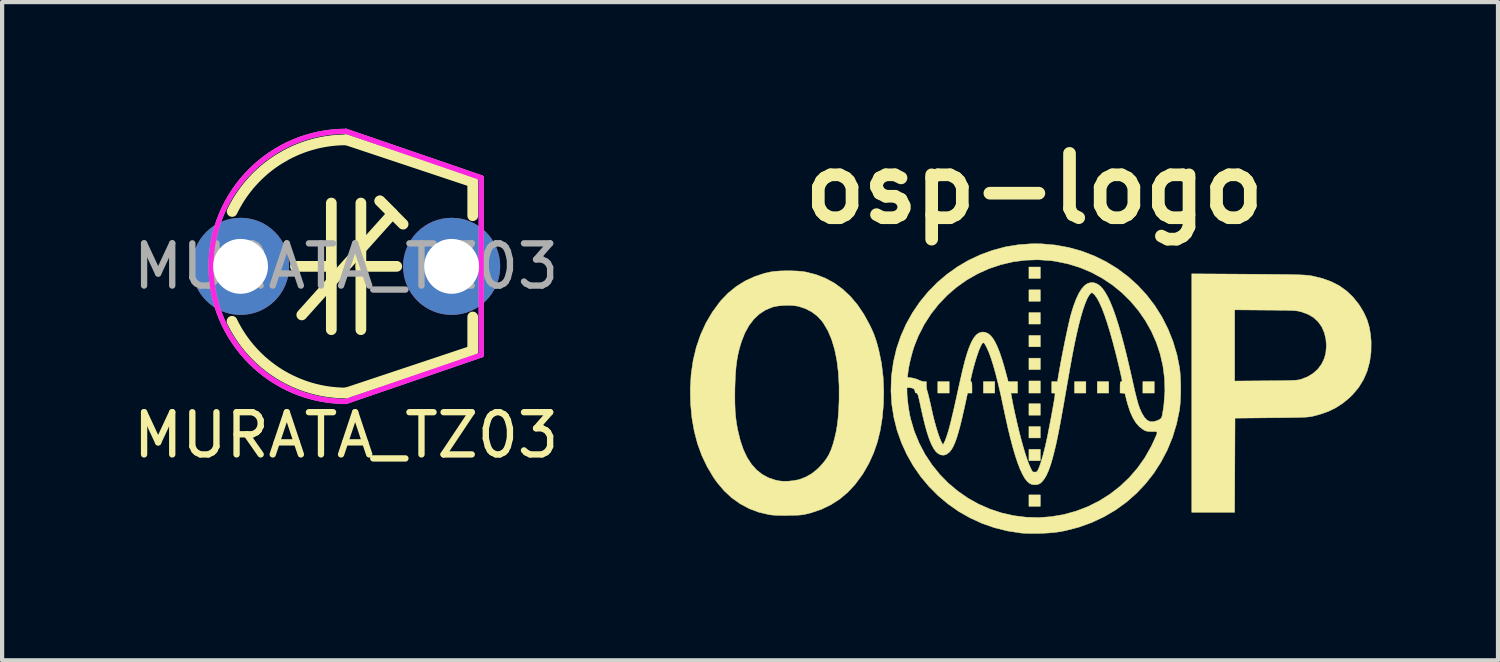
<source format=kicad_pcb>
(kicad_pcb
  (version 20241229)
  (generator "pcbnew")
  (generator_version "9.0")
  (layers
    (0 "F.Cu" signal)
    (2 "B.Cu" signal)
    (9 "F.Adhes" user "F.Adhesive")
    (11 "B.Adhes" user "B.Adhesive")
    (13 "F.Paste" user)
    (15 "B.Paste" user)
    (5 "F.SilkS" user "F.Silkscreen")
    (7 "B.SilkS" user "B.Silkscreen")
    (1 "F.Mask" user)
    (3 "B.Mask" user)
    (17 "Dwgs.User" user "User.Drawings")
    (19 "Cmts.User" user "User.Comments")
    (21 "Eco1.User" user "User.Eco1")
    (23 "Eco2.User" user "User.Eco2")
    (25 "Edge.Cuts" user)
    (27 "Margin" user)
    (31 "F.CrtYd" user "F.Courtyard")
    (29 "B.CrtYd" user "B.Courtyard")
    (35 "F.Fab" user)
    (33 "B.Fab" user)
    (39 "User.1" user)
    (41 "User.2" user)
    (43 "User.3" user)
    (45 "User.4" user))
  (footprint "osp-logo"
    (layer "F.Cu")
    (at 21.452 6.118)
    (property "Reference" "osp-logo" (at 0 -4.7 0) (layer "F.SilkS") (effects (font (size 1.524 1.524) (thickness 0.3))))
    (attr through_hole)
    (fp_poly (pts (xy -2.016 0.143) (xy -2.286 0.143) (xy -2.286 -0.127) (xy -2.016 -0.127) (xy -2.016 0.143)) (stroke (width 0.01) (type solid)) (fill yes) (layer "F.SilkS"))
    (fp_poly (pts (xy -0.937 0.143) (xy -1.206 0.143) (xy -1.206 -0.127) (xy -0.937 -0.127) (xy -0.937 0.143)) (stroke (width 0.01) (type solid)) (fill yes) (layer "F.SilkS"))
    (fp_poly (pts (xy 0.143 -2.572) (xy -0.127 -2.572) (xy -0.127 -2.842) (xy 0.143 -2.842) (xy 0.143 -2.572)) (stroke (width 0.01) (type solid)) (fill yes) (layer "F.SilkS"))
    (fp_poly (pts (xy 0.143 -2.032) (xy -0.127 -2.032) (xy -0.127 -2.302) (xy 0.143 -2.302) (xy 0.143 -2.032)) (stroke (width 0.01) (type solid)) (fill yes) (layer "F.SilkS"))
    (fp_poly (pts (xy 0.143 -1.492) (xy -0.127 -1.492) (xy -0.127 -1.762) (xy 0.143 -1.762) (xy 0.143 -1.492)) (stroke (width 0.01) (type solid)) (fill yes) (layer "F.SilkS"))
    (fp_poly (pts (xy 0.143 -0.953) (xy -0.127 -0.953) (xy -0.127 -1.222) (xy 0.143 -1.222) (xy 0.143 -0.953)) (stroke (width 0.01) (type solid)) (fill yes) (layer "F.SilkS"))
    (fp_poly (pts (xy 0.143 -0.413) (xy -0.127 -0.413) (xy -0.127 -0.683) (xy 0.143 -0.683) (xy 0.143 -0.413)) (stroke (width 0.01) (type solid)) (fill yes) (layer "F.SilkS"))
    (fp_poly (pts (xy 0.143 0.143) (xy -0.127 0.143) (xy -0.127 -0.143) (xy 0.143 -0.143) (xy 0.143 0.143)) (stroke (width 0.01) (type solid)) (fill yes) (layer "F.SilkS"))
    (fp_poly (pts (xy 0.143 0.667) (xy -0.127 0.667) (xy -0.127 0.397) (xy 0.143 0.397) (xy 0.143 0.667)) (stroke (width 0.01) (type solid)) (fill yes) (layer "F.SilkS"))
    (fp_poly (pts (xy 0.143 1.206) (xy -0.127 1.206) (xy -0.127 0.937) (xy 0.143 0.937) (xy 0.143 1.206)) (stroke (width 0.01) (type solid)) (fill yes) (layer "F.SilkS"))
    (fp_poly (pts (xy 0.143 1.746) (xy -0.127 1.746) (xy -0.127 1.476) (xy 0.143 1.476) (xy 0.143 1.746)) (stroke (width 0.01) (type solid)) (fill yes) (layer "F.SilkS"))
    (fp_poly (pts (xy 0.143 2.826) (xy -0.127 2.826) (xy -0.127 2.556) (xy 0.143 2.556) (xy 0.143 2.826)) (stroke (width 0.01) (type solid)) (fill yes) (layer "F.SilkS"))
    (fp_poly (pts (xy 1.222 0.143) (xy 0.953 0.143) (xy 0.953 -0.127) (xy 1.222 -0.127) (xy 1.222 0.143)) (stroke (width 0.01) (type solid)) (fill yes) (layer "F.SilkS"))
    (fp_poly (pts (xy 1.762 0.143) (xy 1.492 0.143) (xy 1.492 -0.127) (xy 1.762 -0.127) (xy 1.762 0.143)) (stroke (width 0.01) (type solid)) (fill yes) (layer "F.SilkS"))
    (fp_poly (pts (xy 2.842 0.143) (xy 2.572 0.143) (xy 2.572 -0.127) (xy 2.842 -0.127) (xy 2.842 0.143)) (stroke (width 0.01) (type solid)) (fill yes) (layer "F.SilkS"))
    (fp_poly (pts (xy 4.901 -2.674) (xy 5.157 -2.672) (xy 5.383 -2.671) (xy 5.582 -2.669) (xy 5.755 -2.667) (xy 5.905 -2.666) (xy 6.034 -2.664) (xy 6.144 -2.661) (xy 6.237 -2.659) (xy 6.315 -2.656) (xy 6.381 -2.653) (xy 6.436 -2.649) (xy 6.483 -2.645) (xy 6.523 -2.64) (xy 6.56 -2.634) (xy 6.594 -2.628) (xy 6.596 -2.628) (xy 6.829 -2.571) (xy 7.037 -2.495) (xy 7.224 -2.399) (xy 7.391 -2.281) (xy 7.541 -2.14) (xy 7.676 -1.974) (xy 7.709 -1.926) (xy 7.808 -1.761) (xy 7.883 -1.596) (xy 7.935 -1.423) (xy 7.967 -1.236) (xy 7.98 -1.07) (xy 7.977 -0.825) (xy 7.945 -0.595) (xy 7.886 -0.378) (xy 7.799 -0.177) (xy 7.685 0.009) (xy 7.543 0.179) (xy 7.468 0.252) (xy 7.31 0.383) (xy 7.144 0.491) (xy 6.966 0.578) (xy 6.769 0.647) (xy 6.652 0.679) (xy 6.615 0.688) (xy 6.581 0.695) (xy 6.548 0.702) (xy 6.511 0.707) (xy 6.469 0.711) (xy 6.418 0.715) (xy 6.355 0.718) (xy 6.277 0.72) (xy 6.181 0.722) (xy 6.065 0.724) (xy 5.925 0.726) (xy 5.759 0.728) (xy 5.62 0.729) (xy 4.755 0.738) (xy 4.746 2.969) (xy 3.731 2.969) (xy 3.731 -0.141) (xy 4.747 -0.141) (xy 5.481 -0.147) (xy 5.657 -0.148) (xy 5.804 -0.15) (xy 5.926 -0.151) (xy 6.024 -0.154) (xy 6.104 -0.156) (xy 6.166 -0.159) (xy 6.215 -0.163) (xy 6.253 -0.168) (xy 6.284 -0.173) (xy 6.31 -0.18) (xy 6.31 -0.18) (xy 6.466 -0.239) (xy 6.603 -0.321) (xy 6.717 -0.423) (xy 6.807 -0.544) (xy 6.872 -0.68) (xy 6.906 -0.812) (xy 6.92 -0.971) (xy 6.908 -1.13) (xy 6.873 -1.28) (xy 6.815 -1.416) (xy 6.805 -1.433) (xy 6.722 -1.549) (xy 6.619 -1.644) (xy 6.494 -1.718) (xy 6.344 -1.775) (xy 6.321 -1.782) (xy 6.29 -1.79) (xy 6.26 -1.797) (xy 6.227 -1.802) (xy 6.187 -1.807) (xy 6.137 -1.811) (xy 6.075 -1.813) (xy 5.997 -1.816) (xy 5.899 -1.818) (xy 5.78 -1.819) (xy 5.634 -1.821) (xy 5.473 -1.822) (xy 4.747 -1.828) (xy 4.747 -0.141) (xy 3.731 -0.141) (xy 3.731 -2.681) (xy 4.901 -2.674)) (stroke (width 0.01) (type solid)) (fill yes) (layer "F.SilkS"))
    (fp_poly (pts (xy -5.747 -2.752) (xy -5.613 -2.747) (xy -5.494 -2.737) (xy -5.42 -2.726) (xy -5.177 -2.665) (xy -4.95 -2.577) (xy -4.737 -2.462) (xy -4.54 -2.318) (xy -4.357 -2.147) (xy -4.189 -1.948) (xy -4.036 -1.721) (xy -3.9 -1.472) (xy -3.842 -1.35) (xy -3.795 -1.239) (xy -3.756 -1.128) (xy -3.719 -1.007) (xy -3.684 -0.873) (xy -3.619 -0.558) (xy -3.58 -0.226) (xy -3.566 0.118) (xy -3.573 0.409) (xy -3.601 0.728) (xy -3.649 1.024) (xy -3.716 1.301) (xy -3.805 1.56) (xy -3.916 1.804) (xy -4.049 2.038) (xy -4.085 2.092) (xy -4.244 2.307) (xy -4.419 2.495) (xy -4.609 2.655) (xy -4.816 2.788) (xy -5.04 2.896) (xy -5.283 2.979) (xy -5.318 2.989) (xy -5.383 3.005) (xy -5.439 3.017) (xy -5.492 3.026) (xy -5.549 3.033) (xy -5.617 3.037) (xy -5.703 3.039) (xy -5.813 3.041) (xy -5.826 3.042) (xy -5.968 3.043) (xy -6.084 3.041) (xy -6.177 3.036) (xy -6.254 3.028) (xy -6.285 3.023) (xy -6.528 2.966) (xy -6.756 2.88) (xy -6.969 2.766) (xy -7.167 2.625) (xy -7.348 2.457) (xy -7.513 2.262) (xy -7.598 2.142) (xy -7.75 1.887) (xy -7.877 1.62) (xy -7.979 1.34) (xy -8.056 1.044) (xy -8.111 0.73) (xy -8.142 0.395) (xy -8.143 0.383) (xy -8.146 0.222) (xy -7.094 0.222) (xy -7.092 0.401) (xy -7.086 0.56) (xy -7.074 0.707) (xy -7.056 0.846) (xy -7.032 0.986) (xy -7.024 1.024) (xy -6.965 1.266) (xy -6.892 1.481) (xy -6.804 1.668) (xy -6.701 1.827) (xy -6.583 1.961) (xy -6.448 2.068) (xy -6.297 2.15) (xy -6.13 2.206) (xy -6.051 2.223) (xy -5.952 2.233) (xy -5.836 2.232) (xy -5.716 2.22) (xy -5.603 2.2) (xy -5.548 2.185) (xy -5.404 2.128) (xy -5.275 2.054) (xy -5.153 1.958) (xy -5.088 1.895) (xy -4.998 1.796) (xy -4.924 1.699) (xy -4.863 1.596) (xy -4.812 1.482) (xy -4.767 1.348) (xy -4.73 1.213) (xy -4.696 1.066) (xy -4.67 0.916) (xy -4.65 0.756) (xy -4.636 0.58) (xy -4.627 0.382) (xy -4.624 0.302) (xy -4.624 -0.035) (xy -4.642 -0.345) (xy -4.677 -0.63) (xy -4.729 -0.888) (xy -4.799 -1.121) (xy -4.886 -1.327) (xy -4.991 -1.506) (xy -5.036 -1.568) (xy -5.144 -1.683) (xy -5.274 -1.781) (xy -5.422 -1.857) (xy -5.583 -1.91) (xy -5.6 -1.914) (xy -5.701 -1.929) (xy -5.819 -1.935) (xy -5.943 -1.932) (xy -6.064 -1.921) (xy -6.169 -1.902) (xy -6.207 -1.891) (xy -6.369 -1.823) (xy -6.515 -1.728) (xy -6.645 -1.605) (xy -6.759 -1.456) (xy -6.856 -1.28) (xy -6.936 -1.078) (xy -6.943 -1.055) (xy -6.985 -0.915) (xy -7.018 -0.777) (xy -7.044 -0.635) (xy -7.064 -0.483) (xy -7.078 -0.316) (xy -7.087 -0.126) (xy -7.092 0.019) (xy -7.094 0.222) (xy -8.146 0.222) (xy -8.149 0.031) (xy -8.129 -0.308) (xy -8.081 -0.632) (xy -8.007 -0.942) (xy -7.906 -1.237) (xy -7.779 -1.515) (xy -7.626 -1.775) (xy -7.447 -2.018) (xy -7.422 -2.049) (xy -7.251 -2.226) (xy -7.059 -2.382) (xy -6.85 -2.512) (xy -6.624 -2.617) (xy -6.386 -2.695) (xy -6.247 -2.726) (xy -6.146 -2.74) (xy -6.022 -2.749) (xy -5.886 -2.753) (xy -5.747 -2.752)) (stroke (width 0.01) (type solid)) (fill yes) (layer "F.SilkS"))
    (fp_poly (pts (xy 0.169 -3.392) (xy 0.5 -3.363) (xy 0.82 -3.304) (xy 1.128 -3.218) (xy 1.424 -3.104) (xy 1.706 -2.965) (xy 1.972 -2.802) (xy 2.221 -2.615) (xy 2.453 -2.407) (xy 2.664 -2.177) (xy 2.855 -1.928) (xy 3.023 -1.661) (xy 3.167 -1.377) (xy 3.287 -1.076) (xy 3.38 -0.762) (xy 3.439 -0.468) (xy 3.453 -0.355) (xy 3.463 -0.219) (xy 3.468 -0.069) (xy 3.469 0.087) (xy 3.465 0.24) (xy 3.457 0.383) (xy 3.445 0.506) (xy 3.439 0.548) (xy 3.37 0.876) (xy 3.274 1.192) (xy 3.151 1.492) (xy 3.002 1.776) (xy 2.83 2.044) (xy 2.635 2.292) (xy 2.419 2.52) (xy 2.182 2.728) (xy 1.926 2.913) (xy 1.652 3.074) (xy 1.362 3.21) (xy 1.057 3.32) (xy 0.738 3.403) (xy 0.595 3.43) (xy 0.484 3.445) (xy 0.35 3.457) (xy 0.204 3.465) (xy 0.054 3.47) (xy -0.09 3.47) (xy -0.22 3.466) (xy -0.31 3.46) (xy -0.631 3.411) (xy -0.942 3.334) (xy -1.239 3.23) (xy -1.523 3.1) (xy -1.792 2.947) (xy -2.044 2.77) (xy -2.279 2.573) (xy -2.495 2.356) (xy -2.691 2.121) (xy -2.865 1.87) (xy -3.017 1.604) (xy -3.145 1.324) (xy -3.249 1.032) (xy -3.325 0.73) (xy -3.375 0.419) (xy -3.395 0.101) (xy -3.393 0.016) (xy -3.016 0.016) (xy -3.016 0.107) (xy -3.013 0.194) (xy -3.003 0.303) (xy -2.989 0.423) (xy -2.971 0.545) (xy -2.951 0.66) (xy -2.93 0.754) (xy -2.842 1.05) (xy -2.727 1.33) (xy -2.588 1.595) (xy -2.424 1.842) (xy -2.24 2.07) (xy -2.035 2.279) (xy -1.812 2.466) (xy -1.573 2.632) (xy -1.319 2.774) (xy -1.052 2.891) (xy -0.774 2.983) (xy -0.486 3.048) (xy -0.19 3.085) (xy 0.112 3.093) (xy 0.397 3.072) (xy 0.699 3.021) (xy 0.992 2.94) (xy 1.273 2.832) (xy 1.541 2.697) (xy 1.795 2.537) (xy 2.031 2.353) (xy 2.249 2.147) (xy 2.445 1.921) (xy 2.619 1.675) (xy 2.768 1.412) (xy 2.827 1.287) (xy 2.866 1.2) (xy 2.893 1.137) (xy 2.907 1.096) (xy 2.907 1.071) (xy 2.892 1.059) (xy 2.863 1.055) (xy 2.818 1.055) (xy 2.79 1.056) (xy 2.72 1.054) (xy 2.67 1.048) (xy 2.63 1.036) (xy 2.588 1.014) (xy 2.586 1.013) (xy 2.493 0.943) (xy 2.409 0.85) (xy 2.336 0.73) (xy 2.27 0.584) (xy 2.213 0.409) (xy 2.19 0.325) (xy 2.146 0.151) (xy 2.089 0.146) (xy 2.032 0.141) (xy 2.032 0.007) (xy 2.033 -0.06) (xy 2.037 -0.101) (xy 2.044 -0.122) (xy 2.056 -0.127) (xy 2.077 -0.14) (xy 2.08 -0.152) (xy 2.076 -0.174) (xy 2.066 -0.222) (xy 2.051 -0.292) (xy 2.032 -0.377) (xy 2.009 -0.475) (xy 1.998 -0.521) (xy 1.929 -0.803) (xy 1.861 -1.064) (xy 1.794 -1.301) (xy 1.729 -1.513) (xy 1.666 -1.701) (xy 1.605 -1.861) (xy 1.546 -1.994) (xy 1.491 -2.097) (xy 1.439 -2.171) (xy 1.421 -2.191) (xy 1.387 -2.222) (xy 1.367 -2.234) (xy 1.35 -2.228) (xy 1.332 -2.213) (xy 1.291 -2.162) (xy 1.247 -2.08) (xy 1.202 -1.97) (xy 1.154 -1.832) (xy 1.105 -1.668) (xy 1.056 -1.479) (xy 1.006 -1.267) (xy 0.956 -1.033) (xy 0.906 -0.779) (xy 0.898 -0.738) (xy 0.882 -0.65) (xy 0.862 -0.537) (xy 0.838 -0.405) (xy 0.813 -0.26) (xy 0.786 -0.107) (xy 0.759 0.047) (xy 0.738 0.167) (xy 0.699 0.391) (xy 0.664 0.588) (xy 0.633 0.76) (xy 0.605 0.912) (xy 0.579 1.047) (xy 0.555 1.167) (xy 0.532 1.278) (xy 0.509 1.382) (xy 0.485 1.482) (xy 0.483 1.492) (xy 0.433 1.687) (xy 0.384 1.853) (xy 0.334 1.99) (xy 0.283 2.102) (xy 0.229 2.189) (xy 0.173 2.255) (xy 0.129 2.29) (xy 0.071 2.312) (xy 0.001 2.317) (xy -0.068 2.304) (xy -0.107 2.286) (xy -0.164 2.24) (xy -0.221 2.169) (xy -0.277 2.072) (xy -0.335 1.95) (xy -0.392 1.802) (xy -0.451 1.625) (xy -0.511 1.421) (xy -0.572 1.188) (xy -0.635 0.925) (xy -0.699 0.631) (xy -0.73 0.487) (xy -0.792 0.195) (xy -0.853 -0.068) (xy -0.912 -0.302) (xy -0.969 -0.507) (xy -1.024 -0.681) (xy -1.077 -0.825) (xy -1.127 -0.935) (xy -1.162 -1.002) (xy -1.189 -1.04) (xy -1.211 -1.05) (xy -1.234 -1.032) (xy -1.26 -0.986) (xy -1.277 -0.95) (xy -1.313 -0.865) (xy -1.352 -0.754) (xy -1.393 -0.625) (xy -1.433 -0.485) (xy -1.471 -0.339) (xy -1.482 -0.29) (xy -1.499 -0.215) (xy -1.508 -0.166) (xy -1.509 -0.139) (xy -1.503 -0.128) (xy -1.498 -0.127) (xy -1.487 -0.12) (xy -1.48 -0.094) (xy -1.477 -0.046) (xy -1.476 0.008) (xy -1.476 0.143) (xy -1.528 0.143) (xy -1.58 0.143) (xy -1.662 0.52) (xy -1.711 0.734) (xy -1.756 0.919) (xy -1.799 1.076) (xy -1.839 1.208) (xy -1.879 1.318) (xy -1.918 1.406) (xy -1.957 1.475) (xy -1.998 1.528) (xy -2.022 1.552) (xy -2.084 1.597) (xy -2.143 1.615) (xy -2.207 1.61) (xy -2.222 1.605) (xy -2.279 1.577) (xy -2.334 1.527) (xy -2.386 1.454) (xy -2.437 1.357) (xy -2.488 1.234) (xy -2.538 1.084) (xy -2.588 0.905) (xy -2.639 0.697) (xy -2.682 0.508) (xy -2.706 0.392) (xy -2.726 0.304) (xy -2.742 0.239) (xy -2.754 0.194) (xy -2.765 0.166) (xy -2.775 0.151) (xy -2.786 0.144) (xy -2.796 0.143) (xy -2.819 0.134) (xy -2.826 0.102) (xy -2.826 0.098) (xy -2.84 0.055) (xy -2.881 0.028) (xy -2.946 0.016) (xy -2.961 0.016) (xy -3.016 0.016) (xy -3.393 0.016) (xy -3.386 -0.223) (xy -3.385 -0.227) (xy -3.004 -0.227) (xy -2.912 -0.218) (xy -2.843 -0.204) (xy -2.771 -0.181) (xy -2.742 -0.168) (xy -2.687 -0.144) (xy -2.634 -0.13) (xy -2.61 -0.127) (xy -2.556 -0.127) (xy -2.556 -0.04) (xy -2.552 0.023) (xy -2.541 0.083) (xy -2.533 0.107) (xy -2.523 0.14) (xy -2.508 0.199) (xy -2.489 0.277) (xy -2.467 0.37) (xy -2.444 0.472) (xy -2.437 0.505) (xy -2.399 0.673) (xy -2.359 0.831) (xy -2.318 0.976) (xy -2.278 1.104) (xy -2.241 1.209) (xy -2.207 1.289) (xy -2.2 1.301) (xy -2.163 1.372) (xy -2.139 1.325) (xy -2.114 1.272) (xy -2.089 1.208) (xy -2.063 1.132) (xy -2.035 1.041) (xy -2.005 0.932) (xy -1.972 0.803) (xy -1.936 0.652) (xy -1.895 0.476) (xy -1.85 0.273) (xy -1.811 0.095) (xy -1.781 -0.04) (xy -1.751 -0.175) (xy -1.721 -0.304) (xy -1.694 -0.422) (xy -1.669 -0.523) (xy -1.649 -0.601) (xy -1.643 -0.624) (xy -1.59 -0.804) (xy -1.537 -0.954) (xy -1.484 -1.075) (xy -1.429 -1.169) (xy -1.372 -1.237) (xy -1.311 -1.28) (xy -1.247 -1.3) (xy -1.219 -1.302) (xy -1.155 -1.293) (xy -1.095 -1.267) (xy -1.038 -1.221) (xy -0.982 -1.155) (xy -0.928 -1.066) (xy -0.874 -0.954) (xy -0.819 -0.816) (xy -0.764 -0.651) (xy -0.706 -0.458) (xy -0.646 -0.235) (xy -0.635 -0.194) (xy -0.618 -0.127) (xy -0.397 -0.127) (xy -0.397 0.143) (xy -0.555 0.143) (xy -0.545 0.194) (xy -0.505 0.408) (xy -0.46 0.622) (xy -0.412 0.834) (xy -0.363 1.04) (xy -0.313 1.235) (xy -0.263 1.416) (xy -0.214 1.58) (xy -0.167 1.722) (xy -0.123 1.838) (xy -0.099 1.893) (xy -0.071 1.953) (xy -0.051 1.989) (xy -0.033 2.008) (xy -0.012 2.015) (xy 0.011 2.016) (xy 0.042 2.014) (xy 0.064 2.002) (xy 0.082 1.975) (xy 0.105 1.927) (xy 0.136 1.846) (xy 0.171 1.736) (xy 0.21 1.601) (xy 0.25 1.444) (xy 0.283 1.302) (xy 0.3 1.227) (xy 0.32 1.13) (xy 0.342 1.016) (xy 0.366 0.892) (xy 0.391 0.762) (xy 0.415 0.633) (xy 0.437 0.511) (xy 0.457 0.401) (xy 0.472 0.309) (xy 0.483 0.24) (xy 0.485 0.225) (xy 0.491 0.177) (xy 0.489 0.153) (xy 0.477 0.144) (xy 0.454 0.143) (xy 0.413 0.143) (xy 0.413 -0.127) (xy 0.548 -0.127) (xy 0.585 -0.345) (xy 0.607 -0.468) (xy 0.632 -0.606) (xy 0.66 -0.756) (xy 0.691 -0.91) (xy 0.722 -1.066) (xy 0.754 -1.217) (xy 0.784 -1.359) (xy 0.812 -1.486) (xy 0.837 -1.594) (xy 0.857 -1.678) (xy 0.863 -1.699) (xy 0.924 -1.902) (xy 0.988 -2.074) (xy 1.053 -2.215) (xy 1.122 -2.325) (xy 1.193 -2.405) (xy 1.267 -2.455) (xy 1.345 -2.475) (xy 1.427 -2.467) (xy 1.483 -2.445) (xy 1.547 -2.404) (xy 1.61 -2.341) (xy 1.672 -2.256) (xy 1.735 -2.148) (xy 1.799 -2.015) (xy 1.863 -1.858) (xy 1.928 -1.675) (xy 1.995 -1.465) (xy 2.064 -1.227) (xy 2.135 -0.961) (xy 2.208 -0.665) (xy 2.284 -0.339) (xy 2.325 -0.158) (xy 2.362 0.008) (xy 2.394 0.146) (xy 2.423 0.26) (xy 2.448 0.355) (xy 2.472 0.435) (xy 2.496 0.502) (xy 2.521 0.561) (xy 2.547 0.616) (xy 2.557 0.635) (xy 2.615 0.727) (xy 2.676 0.788) (xy 2.743 0.82) (xy 2.818 0.823) (xy 2.904 0.799) (xy 2.931 0.787) (xy 2.978 0.763) (xy 3.005 0.741) (xy 3.021 0.709) (xy 3.032 0.664) (xy 3.041 0.613) (xy 3.053 0.541) (xy 3.065 0.458) (xy 3.072 0.397) (xy 3.094 0.093) (xy 3.085 -0.206) (xy 3.047 -0.498) (xy 2.982 -0.783) (xy 2.89 -1.058) (xy 2.773 -1.322) (xy 2.632 -1.572) (xy 2.468 -1.809) (xy 2.283 -2.029) (xy 2.079 -2.231) (xy 1.855 -2.414) (xy 1.614 -2.575) (xy 1.357 -2.714) (xy 1.085 -2.829) (xy 0.8 -2.917) (xy 0.502 -2.978) (xy 0.397 -2.993) (xy 0.091 -3.014) (xy -0.211 -3.004) (xy -0.507 -2.965) (xy -0.796 -2.897) (xy -1.075 -2.803) (xy -1.343 -2.682) (xy -1.597 -2.537) (xy -1.837 -2.368) (xy -2.06 -2.176) (xy -2.264 -1.963) (xy -2.448 -1.73) (xy -2.61 -1.477) (xy -2.748 -1.207) (xy -2.847 -0.958) (xy -2.883 -0.843) (xy -2.918 -0.714) (xy -2.95 -0.582) (xy -2.975 -0.457) (xy -2.991 -0.349) (xy -2.993 -0.332) (xy -3.004 -0.227) (xy -3.385 -0.227) (xy -3.381 -0.278) (xy -3.336 -0.599) (xy -3.263 -0.909) (xy -3.162 -1.207) (xy -3.035 -1.492) (xy -2.884 -1.762) (xy -2.711 -2.016) (xy -2.516 -2.253) (xy -2.301 -2.472) (xy -2.068 -2.671) (xy -1.819 -2.848) (xy -1.554 -3.003) (xy -1.275 -3.134) (xy -0.984 -3.24) (xy -0.683 -3.32) (xy -0.372 -3.371) (xy -0.054 -3.394) (xy 0.169 -3.392)) (stroke (width 0.01) (type solid)) (fill yes) (layer "F.SilkS")))
  (footprint "MURATA_TZ03"
    (layer "F.Cu")
    (at 5.149 3.26)
    (property "Reference" "MURATA_TZ03" (at 0 4 0) (layer "F.SilkS") (effects (font (size 1 1) (thickness 0.15))))
    (attr through_hole)
    (fp_line (start -1.05 1.15) (end 1.1 -1.25) (stroke (width 0.254) (type solid)) (layer "F.SilkS"))
    (fp_line (start -0.35 -1.5) (end -0.35 1.5) (stroke (width 0.254) (type solid)) (layer "F.SilkS"))
    (fp_line (start -0.35 0) (end -1.2 0) (stroke (width 0.254) (type solid)) (layer "F.SilkS"))
    (fp_line (start 0 3) (end 3 2) (stroke (width 0.254) (type solid)) (layer "F.SilkS"))
    (fp_line (start 0.35 0) (end 1.2 0) (stroke (width 0.254) (type solid)) (layer "F.SilkS"))
    (fp_line (start 0.35 1.5) (end 0.35 -1.5) (stroke (width 0.254) (type solid)) (layer "F.SilkS"))
    (fp_line (start 0.8 -1.55) (end 1.35 -1) (stroke (width 0.254) (type solid)) (layer "F.SilkS"))
    (fp_line (start 1.1 -1.25) (end 0.8 -1.55) (stroke (width 0.254) (type solid)) (layer "F.SilkS"))
    (fp_line (start 3 -2) (end 0 -3) (stroke (width 0.254) (type solid)) (layer "F.SilkS"))
    (fp_line (start 3 -2) (end 3 -1.2) (stroke (width 0.254) (type solid)) (layer "F.SilkS"))
    (fp_line (start 3 2) (end 3 1.2) (stroke (width 0.254) (type solid)) (layer "F.SilkS"))
    (fp_arc (start -2.7 -1.3) (mid -1.594418 -2.537288) (end 0 -2.996665) (stroke (width 0.254) (type solid)) (layer "F.SilkS"))
    (fp_arc (start 0 3) (mid -1.596193 2.540112) (end -2.703005 1.301446) (stroke (width 0.254) (type solid)) (layer "F.SilkS"))
    (fp_line (start 0 3.2) (end 3.2 2.1) (stroke (width 0.12) (type solid)) (layer "F.CrtYd"))
    (fp_line (start 3.2 -2.1) (end 0 -3.2) (stroke (width 0.12) (type solid)) (layer "F.CrtYd"))
    (fp_line (start 3.2 2.1) (end 3.2 -2.1) (stroke (width 0.12) (type solid)) (layer "F.CrtYd"))
    (fp_arc (start 0 3.2) (mid -3.2 0) (end 0 -3.2) (stroke (width 0.12) (type solid)) (layer "F.CrtYd"))
    (fp_line (start 0 3.2) (end 3.2 2.1) (stroke (width 0.12) (type solid)) (layer "F.Fab"))
    (fp_line (start 3.2 -2.1) (end 0 -3.2) (stroke (width 0.12) (type solid)) (layer "F.Fab"))
    (fp_line (start 3.2 2.1) (end 3.2 -2.1) (stroke (width 0.12) (type solid)) (layer "F.Fab"))
    (fp_arc (start 0 3.2) (mid -3.2 0) (end 0 -3.2) (stroke (width 0.12) (type solid)) (layer "F.Fab"))
    (fp_text user "${REFERENCE}" (at 0 0 0) (layer "F.Fab") (effects (font (size 1 1) (thickness 0.15))))
    (pad "1" thru_hole circle (at -2.5 0) (size 2.3 2.3) (drill 1.3) (layers "*.Cu" "*.Mask"))
    (pad "2" thru_hole circle (at 2.5 0) (size 2.3 2.3) (drill 1.3) (layers "*.Cu" "*.Mask")))
  (gr_rect
    (start -3 -3)
    (end 32.437 12.593)
    (stroke (width 0.1) (type default))
    (fill no)
    (layer "Edge.Cuts")))
</source>
